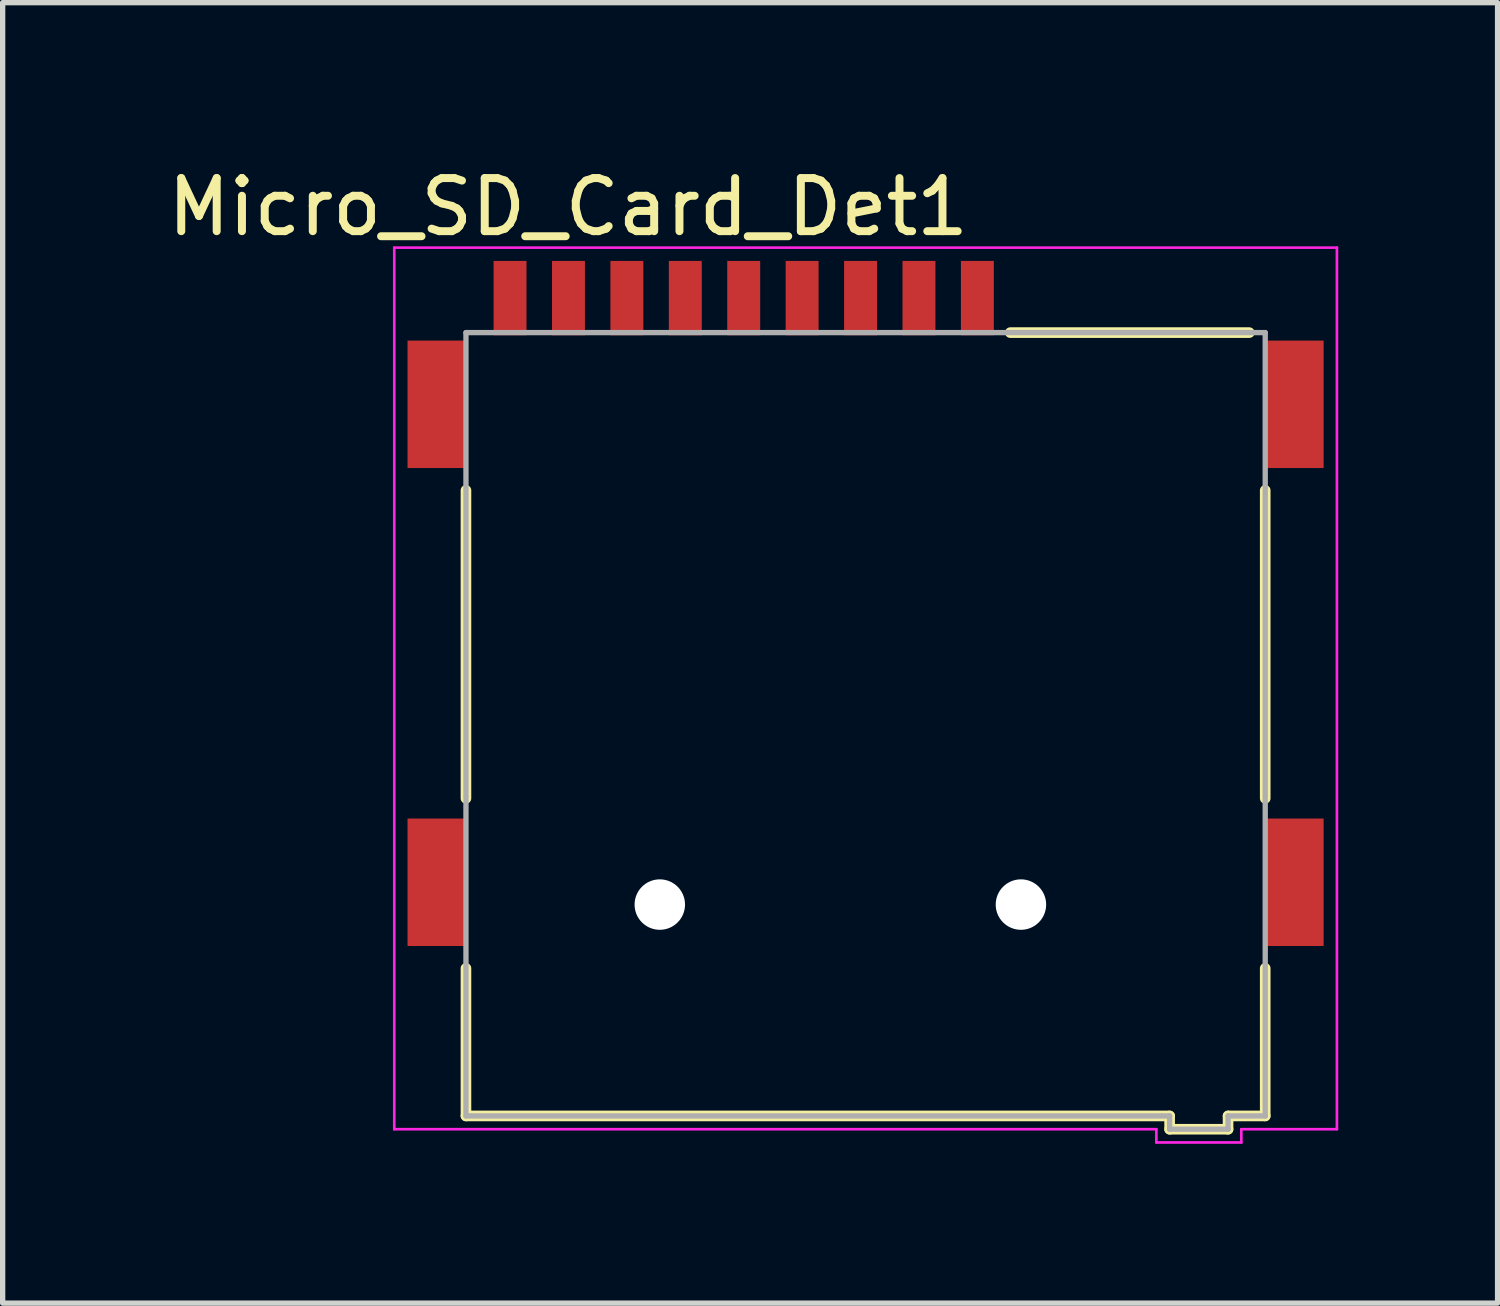
<source format=kicad_pcb>
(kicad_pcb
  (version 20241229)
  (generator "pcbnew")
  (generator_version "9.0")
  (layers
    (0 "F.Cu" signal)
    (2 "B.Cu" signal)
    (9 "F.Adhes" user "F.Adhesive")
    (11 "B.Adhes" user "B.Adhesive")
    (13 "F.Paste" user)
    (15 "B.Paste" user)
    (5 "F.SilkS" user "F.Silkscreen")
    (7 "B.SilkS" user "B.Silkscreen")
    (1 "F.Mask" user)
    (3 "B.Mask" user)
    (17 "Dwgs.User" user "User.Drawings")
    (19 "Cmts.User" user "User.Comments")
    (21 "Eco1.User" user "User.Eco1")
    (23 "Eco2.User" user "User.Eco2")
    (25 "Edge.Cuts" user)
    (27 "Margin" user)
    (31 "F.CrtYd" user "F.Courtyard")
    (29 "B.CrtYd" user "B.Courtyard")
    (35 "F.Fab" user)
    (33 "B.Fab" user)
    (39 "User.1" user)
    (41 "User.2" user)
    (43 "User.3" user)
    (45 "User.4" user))
  (footprint "Micro_SD_Card_Det1"
    (layer "F.Cu")
    (at 12.774 13.983)
    (property "Reference" "Micro_SD_Card_Det1" (at -5.125 -13.135 0) (layer "F.SilkS") (effects (font (size 1 1) (thickness 0.15))))
    (attr smd)
    (fp_line (start -7.05 -2) (end -7.05 -7.8) (stroke (width 0.2) (type solid)) (layer "F.SilkS"))
    (fp_line (start -7.05 3.98) (end -7.05 1.2) (stroke (width 0.2) (type solid)) (layer "F.SilkS"))
    (fp_line (start -7.05 3.98) (end 6.2 3.98) (stroke (width 0.2) (type solid)) (layer "F.SilkS"))
    (fp_line (start 3.2 -10.77) (end 7.7 -10.77) (stroke (width 0.2) (type solid)) (layer "F.SilkS"))
    (fp_line (start 6.2 3.98) (end 6.2 4.23) (stroke (width 0.2) (type solid)) (layer "F.SilkS"))
    (fp_line (start 6.2 4.23) (end 7.3 4.23) (stroke (width 0.2) (type solid)) (layer "F.SilkS"))
    (fp_line (start 7.3 3.98) (end 8 3.98) (stroke (width 0.2) (type solid)) (layer "F.SilkS"))
    (fp_line (start 7.3 4.23) (end 7.3 3.98) (stroke (width 0.2) (type solid)) (layer "F.SilkS"))
    (fp_line (start 8 -2) (end 8 -7.8) (stroke (width 0.2) (type solid)) (layer "F.SilkS"))
    (fp_line (start 8 3.98) (end 8 1.2) (stroke (width 0.2) (type solid)) (layer "F.SilkS"))
    (fp_line (start -8.4 -12.37) (end 9.35 -12.37) (stroke (width 0.05) (type solid)) (layer "F.CrtYd"))
    (fp_line (start -8.4 4.23) (end -8.4 -12.37) (stroke (width 0.05) (type solid)) (layer "F.CrtYd"))
    (fp_line (start -8.4 4.23) (end 5.95 4.23) (stroke (width 0.05) (type solid)) (layer "F.CrtYd"))
    (fp_line (start 5.95 4.23) (end 5.95 4.48) (stroke (width 0.05) (type solid)) (layer "F.CrtYd"))
    (fp_line (start 5.95 4.48) (end 7.55 4.48) (stroke (width 0.05) (type solid)) (layer "F.CrtYd"))
    (fp_line (start 7.55 4.23) (end 9.35 4.23) (stroke (width 0.05) (type solid)) (layer "F.CrtYd"))
    (fp_line (start 7.55 4.48) (end 7.55 4.23) (stroke (width 0.05) (type solid)) (layer "F.CrtYd"))
    (fp_line (start 9.35 -12.37) (end 9.35 4.23) (stroke (width 0.05) (type solid)) (layer "F.CrtYd"))
    (fp_line (start -7.05 -10.77) (end 8 -10.77) (stroke (width 0.1) (type solid)) (layer "F.Fab"))
    (fp_line (start -7.05 3.98) (end -7.05 -10.77) (stroke (width 0.1) (type solid)) (layer "F.Fab"))
    (fp_line (start -7.05 3.98) (end 6.2 3.98) (stroke (width 0.1) (type solid)) (layer "F.Fab"))
    (fp_line (start 6.2 3.98) (end 6.2 4.23) (stroke (width 0.1) (type solid)) (layer "F.Fab"))
    (fp_line (start 6.2 4.23) (end 7.3 4.23) (stroke (width 0.1) (type solid)) (layer "F.Fab"))
    (fp_line (start 7.3 3.98) (end 8 3.98) (stroke (width 0.1) (type solid)) (layer "F.Fab"))
    (fp_line (start 7.3 4.23) (end 7.3 3.98) (stroke (width 0.1) (type solid)) (layer "F.Fab"))
    (fp_line (start 8 3.98) (end 8 -10.77) (stroke (width 0.1) (type solid)) (layer "F.Fab"))
    (pad "" np_thru_hole circle (at -3.4 0) (size 0.95 0.95) (drill 0.95) (layers "*.Cu" "*.Mask"))
    (pad "" np_thru_hole circle (at 3.4 0) (size 0.95 0.95) (drill 0.95) (layers "*.Cu" "*.Mask"))
    (pad "1" smd rect (at 2.58 -11.42) (size 0.62 1.4) (layers "F.Cu" "F.Mask" "F.Paste"))
    (pad "2" smd rect (at 1.48 -11.42) (size 0.62 1.4) (layers "F.Cu" "F.Mask" "F.Paste"))
    (pad "3" smd rect (at 0.38 -11.42) (size 0.62 1.4) (layers "F.Cu" "F.Mask" "F.Paste"))
    (pad "4" smd rect (at -0.72 -11.42) (size 0.62 1.4) (layers "F.Cu" "F.Mask" "F.Paste"))
    (pad "5" smd rect (at -1.82 -11.42) (size 0.62 1.4) (layers "F.Cu" "F.Mask" "F.Paste"))
    (pad "6" smd rect (at -2.92 -11.42) (size 0.62 1.4) (layers "F.Cu" "F.Mask" "F.Paste"))
    (pad "7" smd rect (at -4.02 -11.42) (size 0.62 1.4) (layers "F.Cu" "F.Mask" "F.Paste"))
    (pad "8" smd rect (at -5.12 -11.42) (size 0.62 1.4) (layers "F.Cu" "F.Mask" "F.Paste"))
    (pad "9" smd rect (at -6.22 -11.42) (size 0.62 1.4) (layers "F.Cu" "F.Mask" "F.Paste"))
    (pad "10" smd rect (at -7.6 -9.42) (size 1.1 2.4) (layers "F.Cu" "F.Mask" "F.Paste"))
    (pad "10" smd rect (at -7.6 -0.42) (size 1.1 2.4) (layers "F.Cu" "F.Mask" "F.Paste"))
    (pad "10" smd rect (at 8.55 -9.42) (size 1.1 2.4) (layers "F.Cu" "F.Mask" "F.Paste"))
    (pad "10" smd rect (at 8.55 -0.42) (size 1.1 2.4) (layers "F.Cu" "F.Mask" "F.Paste"))
    (zone (net_name "") (layer "F.Cu") (hatch full 0.508) (connect_pads) (min_thickness 0.01) (filled_areas_thickness no) (keepout (tracks not_allowed) (vias not_allowed) (pads not_allowed) (copperpour not_allowed) (footprints allowed)) (placement (enabled no)) (fill) (polygon (pts (xy 5.724 6.063) (xy 15.924 6.063) (xy 15.924 10.113) (xy 5.724 10.113))))
    (zone (net_name "") (layers "F.Cu" "B.Cu") (hatch full 0.508) (connect_pads) (min_thickness 0.01) (filled_areas_thickness no) (keepout (tracks allowed) (vias not_allowed) (pads allowed) (copperpour allowed) (footprints allowed)) (placement (enabled no)) (fill) (polygon (pts (xy 5.724 6.063) (xy 15.924 6.063) (xy 15.924 10.113) (xy 5.724 10.113)))))
  (gr_rect
    (start -3 -3)
    (end 25.149 21.488)
    (stroke (width 0.1) (type default))
    (fill no)
    (layer "Edge.Cuts")))
</source>
